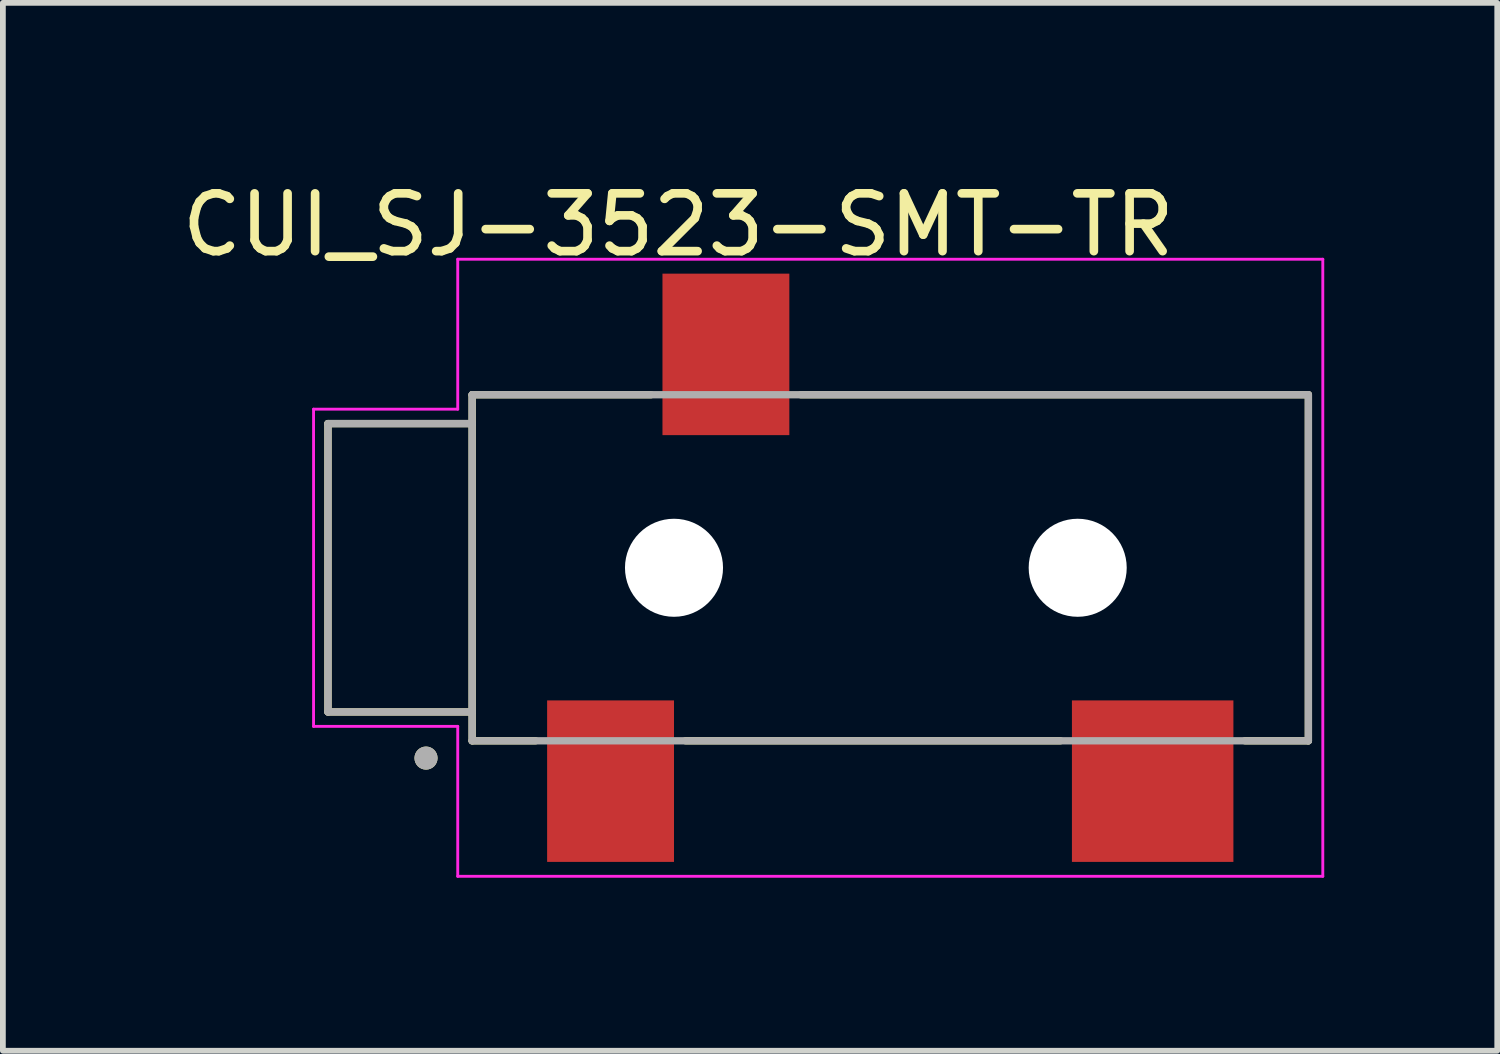
<source format=kicad_pcb>
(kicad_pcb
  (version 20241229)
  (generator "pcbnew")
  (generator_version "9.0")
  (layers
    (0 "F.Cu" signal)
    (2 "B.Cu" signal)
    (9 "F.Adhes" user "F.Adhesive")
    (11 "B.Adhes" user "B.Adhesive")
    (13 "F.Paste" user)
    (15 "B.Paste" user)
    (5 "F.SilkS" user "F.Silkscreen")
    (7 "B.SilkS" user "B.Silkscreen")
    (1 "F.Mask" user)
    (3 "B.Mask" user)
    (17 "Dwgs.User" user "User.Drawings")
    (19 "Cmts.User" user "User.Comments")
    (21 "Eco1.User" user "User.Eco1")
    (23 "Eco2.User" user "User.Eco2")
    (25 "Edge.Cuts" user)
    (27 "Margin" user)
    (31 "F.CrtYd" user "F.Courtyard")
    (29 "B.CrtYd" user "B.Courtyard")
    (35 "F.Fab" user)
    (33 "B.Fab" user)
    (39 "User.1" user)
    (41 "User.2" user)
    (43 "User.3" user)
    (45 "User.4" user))
  (footprint "CUI_SJ-3523-SMT-TR"
    (layer "F.Cu")
    (at 8.637 6.795)
    (property "Reference" "CUI_SJ-3523-SMT-TR" (at 0.075 -5.946 0) (layer "F.SilkS") (effects (font (size 1.002 1.002) (thickness 0.15))))
    (attr smd)
    (fp_line (start -6 -2.5) (end -6 2.5) (stroke (width 0.127) (type solid)) (layer "F.SilkS"))
    (fp_line (start -6 2.5) (end -3.5 2.5) (stroke (width 0.127) (type solid)) (layer "F.SilkS"))
    (fp_line (start -3.5 -3) (end -0.4 -3) (stroke (width 0.127) (type solid)) (layer "F.SilkS"))
    (fp_line (start -3.5 -2.5) (end -6 -2.5) (stroke (width 0.127) (type solid)) (layer "F.SilkS"))
    (fp_line (start -3.5 -2.5) (end -3.5 -3) (stroke (width 0.127) (type solid)) (layer "F.SilkS"))
    (fp_line (start -3.5 2.5) (end -3.5 -2.5) (stroke (width 0.127) (type solid)) (layer "F.SilkS"))
    (fp_line (start -3.5 3) (end -3.5 2.5) (stroke (width 0.127) (type solid)) (layer "F.SilkS"))
    (fp_line (start -3.5 3) (end -2.4 3) (stroke (width 0.127) (type solid)) (layer "F.SilkS"))
    (fp_line (start 0.2 3) (end 6.7 3) (stroke (width 0.127) (type solid)) (layer "F.SilkS"))
    (fp_line (start 2.2 -3) (end 11 -3) (stroke (width 0.127) (type solid)) (layer "F.SilkS"))
    (fp_line (start 9.9 3) (end 11 3) (stroke (width 0.127) (type solid)) (layer "F.SilkS"))
    (fp_line (start 11 -3) (end 11 3) (stroke (width 0.127) (type solid)) (layer "F.SilkS"))
    (fp_circle (center -4.3 3.3) (end -4.2 3.3) (stroke (width 0.2) (type solid)) (fill no) (layer "F.SilkS"))
    (fp_line (start -6.25 -2.75) (end -6.25 2.75) (stroke (width 0.05) (type solid)) (layer "F.CrtYd"))
    (fp_line (start -6.25 2.75) (end -3.75 2.75) (stroke (width 0.05) (type solid)) (layer "F.CrtYd"))
    (fp_line (start -3.75 -5.35) (end -3.75 -2.75) (stroke (width 0.05) (type solid)) (layer "F.CrtYd"))
    (fp_line (start -3.75 -5.35) (end 11.25 -5.35) (stroke (width 0.05) (type solid)) (layer "F.CrtYd"))
    (fp_line (start -3.75 -2.75) (end -6.25 -2.75) (stroke (width 0.05) (type solid)) (layer "F.CrtYd"))
    (fp_line (start -3.75 2.75) (end -3.75 5.35) (stroke (width 0.05) (type solid)) (layer "F.CrtYd"))
    (fp_line (start 11.25 -5.35) (end 11.25 5.35) (stroke (width 0.05) (type solid)) (layer "F.CrtYd"))
    (fp_line (start 11.25 5.35) (end -3.75 5.35) (stroke (width 0.05) (type solid)) (layer "F.CrtYd"))
    (fp_line (start -6 -2.5) (end -6 2.5) (stroke (width 0.127) (type solid)) (layer "F.Fab"))
    (fp_line (start -6 2.5) (end -3.5 2.5) (stroke (width 0.127) (type solid)) (layer "F.Fab"))
    (fp_line (start -3.5 -3) (end 11 -3) (stroke (width 0.127) (type solid)) (layer "F.Fab"))
    (fp_line (start -3.5 -2.5) (end -6 -2.5) (stroke (width 0.127) (type solid)) (layer "F.Fab"))
    (fp_line (start -3.5 3) (end -3.5 -3) (stroke (width 0.127) (type solid)) (layer "F.Fab"))
    (fp_line (start 11 -3) (end 11 3) (stroke (width 0.127) (type solid)) (layer "F.Fab"))
    (fp_line (start 11 3) (end -3.5 3) (stroke (width 0.127) (type solid)) (layer "F.Fab"))
    (fp_circle (center -4.3 3.3) (end -4.2 3.3) (stroke (width 0.2) (type solid)) (fill no) (layer "F.Fab"))
    (pad "" np_thru_hole circle (at 0 0) (size 1.7 1.7) (drill 1.7) (layers "*.Cu" "*.Mask"))
    (pad "" np_thru_hole circle (at 7 0) (size 1.7 1.7) (drill 1.7) (layers "*.Cu" "*.Mask"))
    (pad "1" smd rect (at -1.1 3.7) (size 2.2 2.8) (layers "F.Cu" "F.Mask" "F.Paste"))
    (pad "2" smd rect (at 8.3 3.7) (size 2.8 2.8) (layers "F.Cu" "F.Mask" "F.Paste"))
    (pad "3" smd rect (at 0.9 -3.7) (size 2.2 2.8) (layers "F.Cu" "F.Mask" "F.Paste")))
  (gr_rect
    (start -3 -3)
    (end 22.912 15.17)
    (stroke (width 0.1) (type default))
    (fill no)
    (layer "Edge.Cuts")))
</source>
